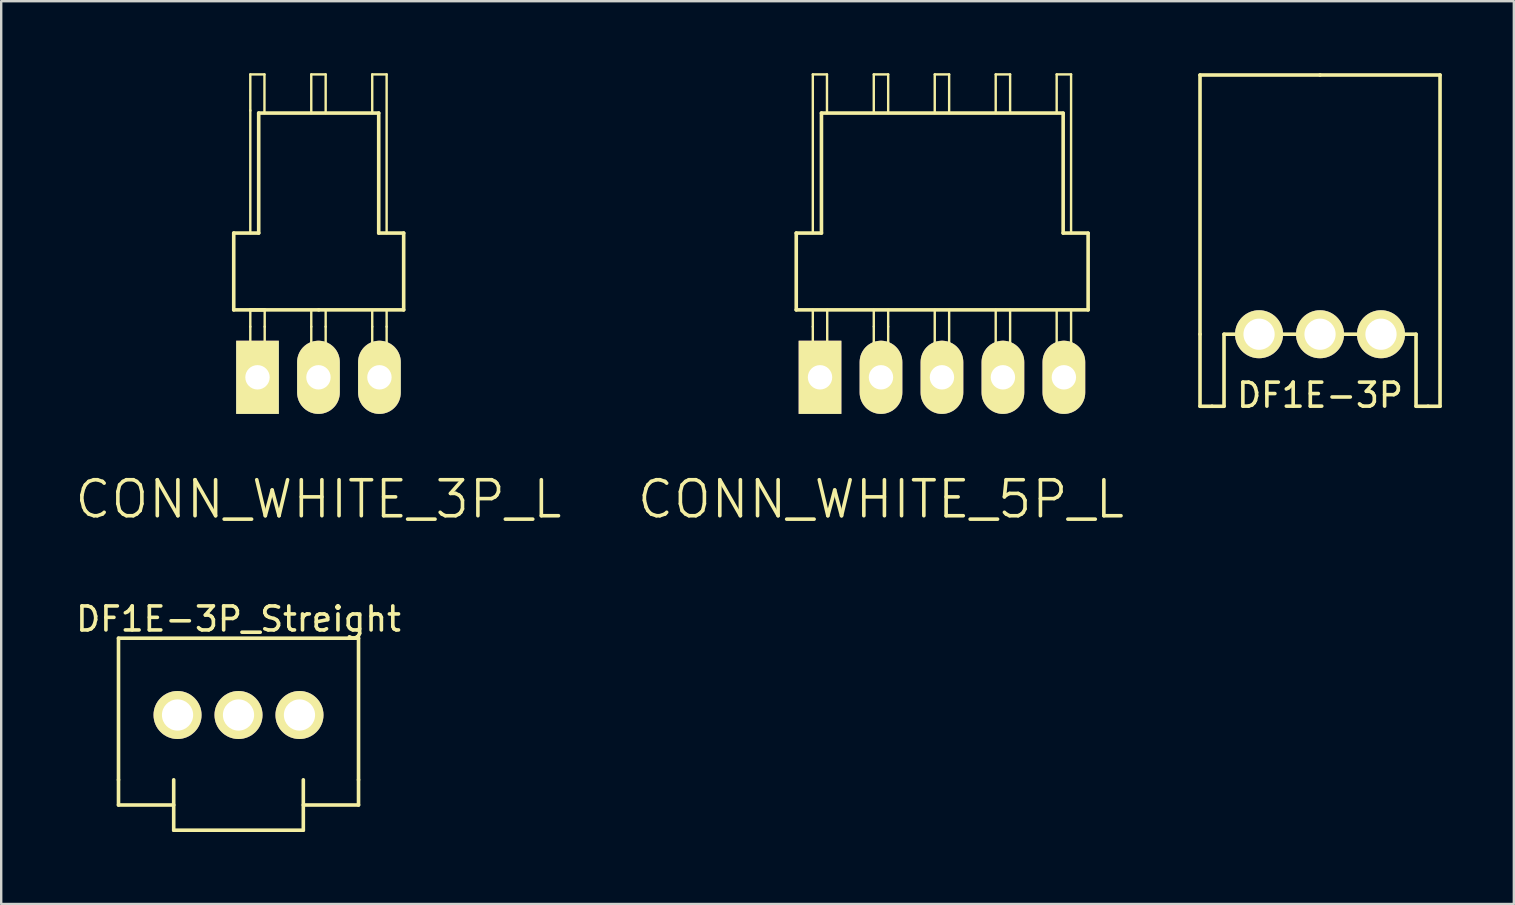
<source format=kicad_pcb>
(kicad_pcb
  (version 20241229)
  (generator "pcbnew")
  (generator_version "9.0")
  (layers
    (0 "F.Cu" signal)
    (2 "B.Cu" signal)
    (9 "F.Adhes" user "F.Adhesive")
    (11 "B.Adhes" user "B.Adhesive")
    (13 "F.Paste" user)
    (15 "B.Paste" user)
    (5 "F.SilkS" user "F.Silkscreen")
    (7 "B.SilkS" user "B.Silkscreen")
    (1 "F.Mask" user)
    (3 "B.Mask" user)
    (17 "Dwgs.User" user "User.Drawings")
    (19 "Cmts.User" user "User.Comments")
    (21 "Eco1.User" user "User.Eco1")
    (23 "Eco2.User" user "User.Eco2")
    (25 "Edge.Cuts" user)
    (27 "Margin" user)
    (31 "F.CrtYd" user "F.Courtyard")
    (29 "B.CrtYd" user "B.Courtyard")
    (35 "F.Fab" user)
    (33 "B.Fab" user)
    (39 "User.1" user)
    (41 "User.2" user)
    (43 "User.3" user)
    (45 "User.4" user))
  (footprint "CONN_WHITE_3P_L"
    (layer "F.Cu")
    (at 7.678 12.67)
    (property "Reference" "CONN_WHITE_3P_L" (at 2.54 5.08 0) (layer "F.SilkS") (effects (font (size 1.5 1.5) (thickness 0.15))))
    (attr through_hole)
    (fp_line (start -0.99 -2.81) (end -0.99 -6.01) (stroke (width 0.15) (type solid)) (layer "F.SilkS"))
    (fp_line (start -0.3 -12.62) (end -0.3 -11.11) (stroke (width 0.1) (type solid)) (layer "F.SilkS"))
    (fp_line (start -0.3 -6.01) (end -0.3 -11.12) (stroke (width 0.1) (type solid)) (layer "F.SilkS"))
    (fp_line (start -0.3 -2.81) (end 0.3 -2.81) (stroke (width 0.15) (type solid)) (layer "F.SilkS"))
    (fp_line (start -0.3 -2.11) (end -0.3 -2.8) (stroke (width 0.1) (type solid)) (layer "F.SilkS"))
    (fp_line (start -0.3 -0.4) (end -0.3 -2.11) (stroke (width 0.1) (type solid)) (layer "F.SilkS"))
    (fp_line (start -0.3 -0.4) (end -0.3 0.28) (stroke (width 0.15) (type solid)) (layer "F.SilkS"))
    (fp_line (start -0.3 -0.4) (end 0.3 -0.4) (stroke (width 0.1) (type solid)) (layer "F.SilkS"))
    (fp_line (start -0.3 0.28) (end 0.3 0.28) (stroke (width 0.15) (type solid)) (layer "F.SilkS"))
    (fp_line (start 0.05 -11.01) (end 5.05 -11.01) (stroke (width 0.15) (type solid)) (layer "F.SilkS"))
    (fp_line (start 0.05 -6.01) (end -0.99 -6.01) (stroke (width 0.15) (type solid)) (layer "F.SilkS"))
    (fp_line (start 0.05 -6.01) (end 0.05 -11.01) (stroke (width 0.15) (type solid)) (layer "F.SilkS"))
    (fp_line (start 0.29 -12.62) (end -0.3 -12.62) (stroke (width 0.1) (type solid)) (layer "F.SilkS"))
    (fp_line (start 0.29 -12.62) (end 0.29 -11.01) (stroke (width 0.1) (type solid)) (layer "F.SilkS"))
    (fp_line (start 0.3 -2.11) (end 0.3 -2.8) (stroke (width 0.1) (type solid)) (layer "F.SilkS"))
    (fp_line (start 0.3 -0.4) (end 0.3 -2.11) (stroke (width 0.1) (type solid)) (layer "F.SilkS"))
    (fp_line (start 0.3 0.28) (end 0.3 -0.41) (stroke (width 0.15) (type solid)) (layer "F.SilkS"))
    (fp_line (start 2.24 -12.62) (end 2.24 -11.01) (stroke (width 0.1) (type solid)) (layer "F.SilkS"))
    (fp_line (start 2.24 -12.62) (end 2.84 -12.62) (stroke (width 0.1) (type solid)) (layer "F.SilkS"))
    (fp_line (start 2.24 -2.11) (end 2.24 -2.8) (stroke (width 0.1) (type solid)) (layer "F.SilkS"))
    (fp_line (start 2.24 -0.41) (end 2.24 0.3) (stroke (width 0.15) (type solid)) (layer "F.SilkS"))
    (fp_line (start 2.24 -0.4) (end 2.24 -2.11) (stroke (width 0.1) (type solid)) (layer "F.SilkS"))
    (fp_line (start 2.24 0.3) (end 2.84 0.3) (stroke (width 0.15) (type solid)) (layer "F.SilkS"))
    (fp_line (start 2.54 -0.4) (end 2.24 -0.4) (stroke (width 0.1) (type solid)) (layer "F.SilkS"))
    (fp_line (start 2.54 -0.4) (end 2.84 -0.4) (stroke (width 0.1) (type solid)) (layer "F.SilkS"))
    (fp_line (start 2.55 -2.81) (end -0.99 -2.81) (stroke (width 0.15) (type solid)) (layer "F.SilkS"))
    (fp_line (start 2.55 -2.81) (end 6.09 -2.81) (stroke (width 0.15) (type solid)) (layer "F.SilkS"))
    (fp_line (start 2.84 -12.62) (end 2.84 -11.01) (stroke (width 0.1) (type solid)) (layer "F.SilkS"))
    (fp_line (start 2.84 -2.11) (end 2.84 -2.8) (stroke (width 0.1) (type solid)) (layer "F.SilkS"))
    (fp_line (start 2.84 -0.4) (end 2.84 -2.11) (stroke (width 0.1) (type solid)) (layer "F.SilkS"))
    (fp_line (start 2.84 0.3) (end 2.84 -0.41) (stroke (width 0.15) (type solid)) (layer "F.SilkS"))
    (fp_line (start 4.78 -12.62) (end 4.78 -11.01) (stroke (width 0.1) (type solid)) (layer "F.SilkS"))
    (fp_line (start 4.78 -12.62) (end 5.38 -12.62) (stroke (width 0.1) (type solid)) (layer "F.SilkS"))
    (fp_line (start 4.78 -2.11) (end 4.78 -2.8) (stroke (width 0.1) (type solid)) (layer "F.SilkS"))
    (fp_line (start 4.78 -0.4) (end 4.78 -2.11) (stroke (width 0.1) (type solid)) (layer "F.SilkS"))
    (fp_line (start 4.78 -0.4) (end 4.78 0.28) (stroke (width 0.15) (type solid)) (layer "F.SilkS"))
    (fp_line (start 4.78 0.28) (end 5.38 0.28) (stroke (width 0.15) (type solid)) (layer "F.SilkS"))
    (fp_line (start 5.05 -11.01) (end 5.05 -6.01) (stroke (width 0.15) (type solid)) (layer "F.SilkS"))
    (fp_line (start 5.05 -6.01) (end 6.09 -6.01) (stroke (width 0.15) (type solid)) (layer "F.SilkS"))
    (fp_line (start 5.08 -0.4) (end 4.78 -0.4) (stroke (width 0.1) (type solid)) (layer "F.SilkS"))
    (fp_line (start 5.08 -0.4) (end 5.38 -0.4) (stroke (width 0.1) (type solid)) (layer "F.SilkS"))
    (fp_line (start 5.38 -12.62) (end 5.38 -6.01) (stroke (width 0.1) (type solid)) (layer "F.SilkS"))
    (fp_line (start 5.38 -2.11) (end 5.38 -2.8) (stroke (width 0.1) (type solid)) (layer "F.SilkS"))
    (fp_line (start 5.38 -0.4) (end 5.38 -2.11) (stroke (width 0.1) (type solid)) (layer "F.SilkS"))
    (fp_line (start 5.38 0.28) (end 5.38 -0.4) (stroke (width 0.15) (type solid)) (layer "F.SilkS"))
    (fp_line (start 6.09 -2.81) (end 6.09 -6.01) (stroke (width 0.15) (type solid)) (layer "F.SilkS"))
    (pad "1" thru_hole oval (at 5.08 0) (size 1.778 3.048) (drill 1.016) (layers "*.Cu" "*.Mask" "F.SilkS"))
    (pad "2" thru_hole oval (at 2.54 0) (size 1.778 3.048) (drill 1.016) (layers "*.Cu" "*.Mask" "F.SilkS"))
    (pad "3" thru_hole rect (at 0 0) (size 1.778 3.048) (drill 1.016) (layers "*.Cu" "*.Mask" "F.SilkS")))
  (footprint "CONN_WHITE_5P_L"
    (layer "F.Cu")
    (at 31.114 12.67)
    (property "Reference" "CONN_WHITE_5P_L" (at 2.54 5.08 0) (layer "F.SilkS") (effects (font (size 1.5 1.5) (thickness 0.15))))
    (attr through_hole)
    (fp_line (start -0.99 -6.01) (end -0.99 -2.81) (stroke (width 0.15) (type solid)) (layer "F.SilkS"))
    (fp_line (start -0.99 -2.81) (end 11.17 -2.81) (stroke (width 0.15) (type solid)) (layer "F.SilkS"))
    (fp_line (start -0.3 -12.62) (end -0.3 -6.01) (stroke (width 0.1) (type solid)) (layer "F.SilkS"))
    (fp_line (start -0.3 -2.11) (end -0.3 -2.81) (stroke (width 0.1) (type solid)) (layer "F.SilkS"))
    (fp_line (start -0.3 -2.11) (end -0.3 -0.39) (stroke (width 0.1) (type solid)) (layer "F.SilkS"))
    (fp_line (start -0.3 -0.4) (end -0.3 0.27) (stroke (width 0.1) (type solid)) (layer "F.SilkS"))
    (fp_line (start -0.3 -0.4) (end 0.3 -0.4) (stroke (width 0.1) (type solid)) (layer "F.SilkS"))
    (fp_line (start -0.3 0.28) (end -0.3 0.29) (stroke (width 0.1) (type solid)) (layer "F.SilkS"))
    (fp_line (start -0.3 0.29) (end 0.3 0.29) (stroke (width 0.1) (type solid)) (layer "F.SilkS"))
    (fp_line (start 0.06 -11.01) (end 0.06 -6.01) (stroke (width 0.15) (type solid)) (layer "F.SilkS"))
    (fp_line (start 0.06 -6.01) (end -0.99 -6.01) (stroke (width 0.15) (type solid)) (layer "F.SilkS"))
    (fp_line (start 0.29 -12.62) (end -0.3 -12.62) (stroke (width 0.1) (type solid)) (layer "F.SilkS"))
    (fp_line (start 0.29 -12.62) (end 0.29 -11.01) (stroke (width 0.1) (type solid)) (layer "F.SilkS"))
    (fp_line (start 0.3 -0.4) (end 0.3 -2.81) (stroke (width 0.1) (type solid)) (layer "F.SilkS"))
    (fp_line (start 0.3 0.29) (end 0.3 -0.4) (stroke (width 0.1) (type solid)) (layer "F.SilkS"))
    (fp_line (start 2.24 -12.62) (end 2.24 -11.01) (stroke (width 0.1) (type solid)) (layer "F.SilkS"))
    (fp_line (start 2.24 -2.12) (end 2.24 -2.81) (stroke (width 0.1) (type solid)) (layer "F.SilkS"))
    (fp_line (start 2.24 -2.11) (end 2.24 -0.4) (stroke (width 0.1) (type solid)) (layer "F.SilkS"))
    (fp_line (start 2.24 -0.41) (end 2.24 0.3) (stroke (width 0.1) (type solid)) (layer "F.SilkS"))
    (fp_line (start 2.24 0.3) (end 2.84 0.3) (stroke (width 0.1) (type solid)) (layer "F.SilkS"))
    (fp_line (start 2.54 -0.4) (end 2.24 -0.4) (stroke (width 0.1) (type solid)) (layer "F.SilkS"))
    (fp_line (start 2.54 -0.4) (end 2.84 -0.4) (stroke (width 0.1) (type solid)) (layer "F.SilkS"))
    (fp_line (start 2.84 -12.62) (end 2.24 -12.62) (stroke (width 0.1) (type solid)) (layer "F.SilkS"))
    (fp_line (start 2.84 -12.62) (end 2.84 -11.01) (stroke (width 0.1) (type solid)) (layer "F.SilkS"))
    (fp_line (start 2.84 -2.11) (end 2.84 -2.81) (stroke (width 0.1) (type solid)) (layer "F.SilkS"))
    (fp_line (start 2.84 -2.11) (end 2.84 -0.4) (stroke (width 0.1) (type solid)) (layer "F.SilkS"))
    (fp_line (start 2.84 0.3) (end 2.84 -0.4) (stroke (width 0.1) (type solid)) (layer "F.SilkS"))
    (fp_line (start 4.78 -12.62) (end 4.78 -11.01) (stroke (width 0.1) (type solid)) (layer "F.SilkS"))
    (fp_line (start 4.78 -0.41) (end 4.78 0.28) (stroke (width 0.1) (type solid)) (layer "F.SilkS"))
    (fp_line (start 4.78 -0.4) (end 4.78 -2.81) (stroke (width 0.1) (type solid)) (layer "F.SilkS"))
    (fp_line (start 4.78 0.29) (end 5.38 0.29) (stroke (width 0.1) (type solid)) (layer "F.SilkS"))
    (fp_line (start 5.08 -0.4) (end 4.78 -0.4) (stroke (width 0.1) (type solid)) (layer "F.SilkS"))
    (fp_line (start 5.08 -0.4) (end 5.38 -0.4) (stroke (width 0.1) (type solid)) (layer "F.SilkS"))
    (fp_line (start 5.38 -12.62) (end 4.78 -12.62) (stroke (width 0.1) (type solid)) (layer "F.SilkS"))
    (fp_line (start 5.38 -12.62) (end 5.38 -11.01) (stroke (width 0.1) (type solid)) (layer "F.SilkS"))
    (fp_line (start 5.38 -0.4) (end 5.38 -2.81) (stroke (width 0.1) (type solid)) (layer "F.SilkS"))
    (fp_line (start 5.38 0.29) (end 5.38 -0.4) (stroke (width 0.1) (type solid)) (layer "F.SilkS"))
    (fp_line (start 7.32 -12.62) (end 7.32 -11.01) (stroke (width 0.1) (type solid)) (layer "F.SilkS"))
    (fp_line (start 7.32 -0.4) (end 7.32 -2.81) (stroke (width 0.1) (type solid)) (layer "F.SilkS"))
    (fp_line (start 7.32 -0.4) (end 7.32 0.28) (stroke (width 0.1) (type solid)) (layer "F.SilkS"))
    (fp_line (start 7.32 0.28) (end 7.91 0.28) (stroke (width 0.1) (type solid)) (layer "F.SilkS"))
    (fp_line (start 7.62 -0.4) (end 7.32 -0.4) (stroke (width 0.1) (type solid)) (layer "F.SilkS"))
    (fp_line (start 7.62 -0.4) (end 7.92 -0.4) (stroke (width 0.1) (type solid)) (layer "F.SilkS"))
    (fp_line (start 7.92 -12.62) (end 7.32 -12.62) (stroke (width 0.1) (type solid)) (layer "F.SilkS"))
    (fp_line (start 7.92 -12.62) (end 7.92 -11.02) (stroke (width 0.1) (type solid)) (layer "F.SilkS"))
    (fp_line (start 7.92 -0.4) (end 7.92 -2.81) (stroke (width 0.1) (type solid)) (layer "F.SilkS"))
    (fp_line (start 7.92 -0.4) (end 7.92 0.28) (stroke (width 0.1) (type solid)) (layer "F.SilkS"))
    (fp_line (start 9.86 -12.62) (end 9.86 -11.01) (stroke (width 0.1) (type solid)) (layer "F.SilkS"))
    (fp_line (start 9.86 -12.62) (end 10.46 -12.62) (stroke (width 0.1) (type solid)) (layer "F.SilkS"))
    (fp_line (start 9.86 -0.4) (end 9.86 -2.8) (stroke (width 0.1) (type solid)) (layer "F.SilkS"))
    (fp_line (start 9.86 -0.4) (end 9.86 0.28) (stroke (width 0.1) (type solid)) (layer "F.SilkS"))
    (fp_line (start 9.86 0.28) (end 10.46 0.28) (stroke (width 0.1) (type solid)) (layer "F.SilkS"))
    (fp_line (start 10.13 -11.01) (end 0.06 -11.01) (stroke (width 0.15) (type solid)) (layer "F.SilkS"))
    (fp_line (start 10.13 -6.01) (end 10.13 -11) (stroke (width 0.15) (type solid)) (layer "F.SilkS"))
    (fp_line (start 10.16 -0.4) (end 9.86 -0.4) (stroke (width 0.1) (type solid)) (layer "F.SilkS"))
    (fp_line (start 10.16 -0.4) (end 10.46 -0.4) (stroke (width 0.1) (type solid)) (layer "F.SilkS"))
    (fp_line (start 10.46 -12.62) (end 10.46 -6.01) (stroke (width 0.1) (type solid)) (layer "F.SilkS"))
    (fp_line (start 10.46 -0.4) (end 10.46 -2.81) (stroke (width 0.1) (type solid)) (layer "F.SilkS"))
    (fp_line (start 10.46 0.28) (end 10.46 -0.41) (stroke (width 0.1) (type solid)) (layer "F.SilkS"))
    (fp_line (start 11.17 -6.01) (end 10.13 -6.01) (stroke (width 0.15) (type solid)) (layer "F.SilkS"))
    (fp_line (start 11.17 -6) (end 11.17 -6.01) (stroke (width 0.1) (type solid)) (layer "F.SilkS"))
    (fp_line (start 11.17 -2.81) (end 11.17 -6) (stroke (width 0.15) (type solid)) (layer "F.SilkS"))
    (pad "1" thru_hole oval (at 10.16 0) (size 1.778 3.048) (drill 1.016) (layers "*.Cu" "*.Mask" "F.SilkS"))
    (pad "2" thru_hole oval (at 7.62 0) (size 1.778 3.048) (drill 1.016) (layers "*.Cu" "*.Mask" "F.SilkS"))
    (pad "3" thru_hole oval (at 5.08 0) (size 1.778 3.048) (drill 1.016) (layers "*.Cu" "*.Mask" "F.SilkS"))
    (pad "4" thru_hole oval (at 2.54 0) (size 1.778 3.048) (drill 1.016) (layers "*.Cu" "*.Mask" "F.SilkS"))
    (pad "5" thru_hole rect (at 0 0) (size 1.778 3.048) (drill 1.016) (layers "*.Cu" "*.Mask" "F.SilkS")))
  (footprint "DF1E-3P_Streight"
    (layer "F.Cu")
    (at 6.887 26.739)
    (property "Reference" "DF1E-3P_Streight" (at 0 -4 180) (layer "F.SilkS") (effects (font (size 1 1) (thickness 0.15))))
    (attr through_hole)
    (fp_line (start -5 -3.2) (end -5 2.7) (stroke (width 0.15) (type solid)) (layer "F.SilkS"))
    (fp_line (start -5 2.7) (end -5 3.75) (stroke (width 0.15) (type solid)) (layer "F.SilkS"))
    (fp_line (start -5 3.75) (end -2.7 3.75) (stroke (width 0.15) (type solid)) (layer "F.SilkS"))
    (fp_line (start -2.7 4.8) (end -2.7 2.7) (stroke (width 0.15) (type solid)) (layer "F.SilkS"))
    (fp_line (start 2.7 2.7) (end 2.7 4.8) (stroke (width 0.15) (type solid)) (layer "F.SilkS"))
    (fp_line (start 2.7 4.8) (end -2.7 4.8) (stroke (width 0.15) (type solid)) (layer "F.SilkS"))
    (fp_line (start 5 -3.2) (end -5 -3.2) (stroke (width 0.15) (type solid)) (layer "F.SilkS"))
    (fp_line (start 5 2.7) (end 5 -3.2) (stroke (width 0.15) (type solid)) (layer "F.SilkS"))
    (fp_line (start 5 2.7) (end 5 3.75) (stroke (width 0.15) (type solid)) (layer "F.SilkS"))
    (fp_line (start 5 3.75) (end 2.7 3.75) (stroke (width 0.15) (type solid)) (layer "F.SilkS"))
    (pad "1" thru_hole circle (at -2.54 0 180) (size 2 2) (drill 1.3) (layers "*.Cu" "*.Mask" "F.SilkS"))
    (pad "2" thru_hole circle (at 0 0 180) (size 2 2) (drill 1.3) (layers "*.Cu" "*.Mask" "F.SilkS"))
    (pad "3" thru_hole circle (at 2.54 0 180) (size 2 2) (drill 1.3) (layers "*.Cu" "*.Mask" "F.SilkS")))
  (footprint "DF1E-3P"
    (layer "F.Cu")
    (at 51.946 10.875)
    (property "Reference" "DF1E-3P" (at 0 2.54 0) (layer "F.SilkS") (effects (font (size 1 1) (thickness 0.15))))
    (attr through_hole)
    (fp_line (start -5 -10.8) (end -5 0) (stroke (width 0.15) (type solid)) (layer "F.SilkS"))
    (fp_line (start -5 0) (end -5 3) (stroke (width 0.15) (type solid)) (layer "F.SilkS"))
    (fp_line (start -5 3) (end -4.5 3) (stroke (width 0.15) (type solid)) (layer "F.SilkS"))
    (fp_line (start -4.5 3) (end -4 3) (stroke (width 0.15) (type solid)) (layer "F.SilkS"))
    (fp_line (start -4 0) (end -0.05 0) (stroke (width 0.15) (type solid)) (layer "F.SilkS"))
    (fp_line (start -4 3) (end -4 0) (stroke (width 0.15) (type solid)) (layer "F.SilkS"))
    (fp_line (start 0 -10.8) (end -5 -10.8) (stroke (width 0.15) (type solid)) (layer "F.SilkS"))
    (fp_line (start 0 -10.8) (end 5 -10.8) (stroke (width 0.15) (type solid)) (layer "F.SilkS"))
    (fp_line (start 4 0) (end -0.05 0) (stroke (width 0.15) (type solid)) (layer "F.SilkS"))
    (fp_line (start 4 3) (end 4 0) (stroke (width 0.15) (type solid)) (layer "F.SilkS"))
    (fp_line (start 4.5 3) (end 4 3) (stroke (width 0.15) (type solid)) (layer "F.SilkS"))
    (fp_line (start 5 -10.8) (end 5 3) (stroke (width 0.15) (type solid)) (layer "F.SilkS"))
    (fp_line (start 5 3) (end 4.5 3) (stroke (width 0.15) (type solid)) (layer "F.SilkS"))
    (pad "1" thru_hole circle (at -2.54 0) (size 2 2) (drill 1.3) (layers "*.Cu" "*.Mask" "F.SilkS"))
    (pad "2" thru_hole circle (at 0 0) (size 2 2) (drill 1.3) (layers "*.Cu" "*.Mask" "F.SilkS"))
    (pad "3" thru_hole circle (at 2.54 0) (size 2 2) (drill 1.3) (layers "*.Cu" "*.Mask" "F.SilkS")))
  (gr_rect
    (start -3 -3)
    (end 60.021 34.614)
    (stroke (width 0.1) (type default))
    (fill no)
    (layer "Edge.Cuts")))
</source>
